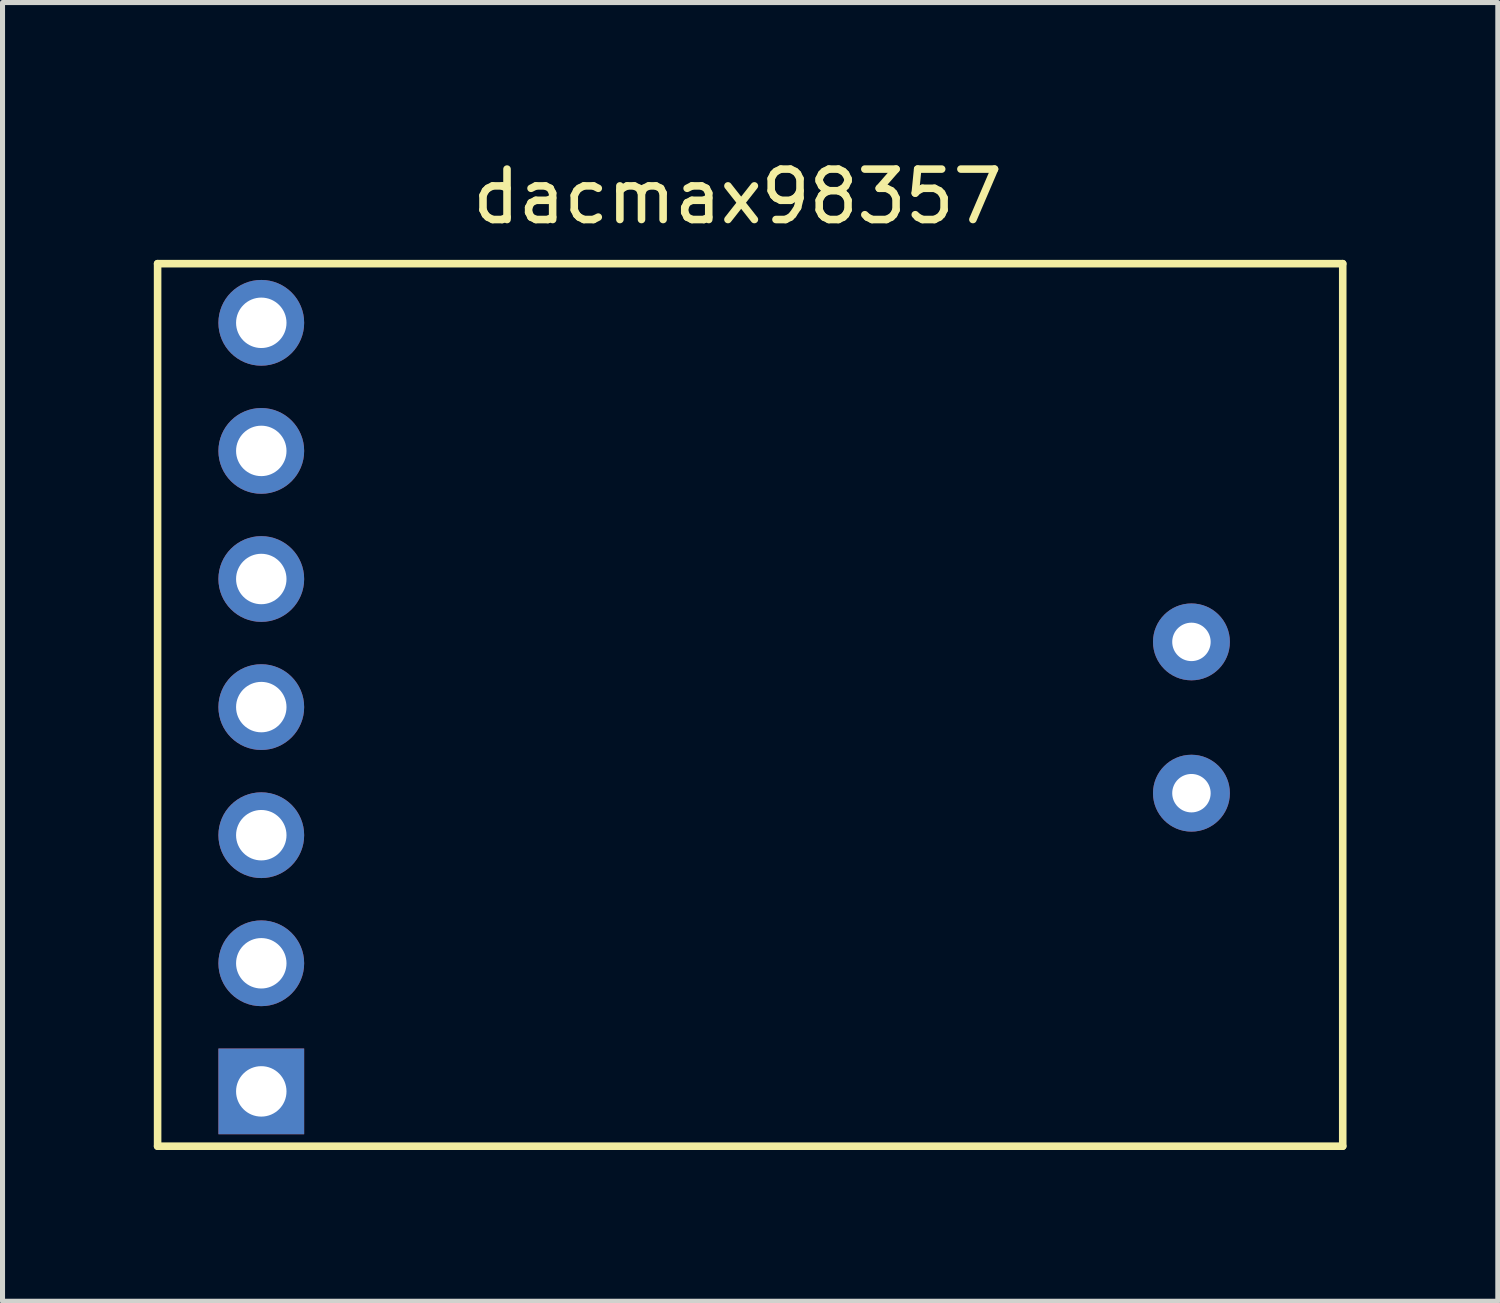
<source format=kicad_pcb>
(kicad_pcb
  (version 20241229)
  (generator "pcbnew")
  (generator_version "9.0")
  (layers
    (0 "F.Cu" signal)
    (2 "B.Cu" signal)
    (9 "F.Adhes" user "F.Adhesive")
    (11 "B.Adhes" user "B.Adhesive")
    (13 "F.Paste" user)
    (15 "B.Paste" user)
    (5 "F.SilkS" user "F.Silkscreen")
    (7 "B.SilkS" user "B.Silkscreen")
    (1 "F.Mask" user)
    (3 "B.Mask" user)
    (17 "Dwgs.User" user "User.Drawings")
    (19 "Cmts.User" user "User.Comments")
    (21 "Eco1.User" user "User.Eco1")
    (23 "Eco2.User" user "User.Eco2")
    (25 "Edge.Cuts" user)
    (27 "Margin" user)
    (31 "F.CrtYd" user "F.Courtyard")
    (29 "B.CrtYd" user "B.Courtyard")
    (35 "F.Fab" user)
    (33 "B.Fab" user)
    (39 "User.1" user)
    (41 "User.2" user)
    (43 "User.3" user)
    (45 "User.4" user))
  (footprint "dacmax98357"
    (layer "F.Cu")
    (at 11.575 11.178)
    (property "Reference" "dacmax98357" (at 0 -10.33 0) (layer "F.SilkS") (effects (font (size 1 1) (thickness 0.15))))
    (attr through_hole)
    (fp_line (start -11.5 -9) (end -11.5 8.5) (stroke (width 0.15) (type solid)) (layer "F.SilkS"))
    (fp_line (start -11.5 8.5) (end 12 8.5) (stroke (width 0.15) (type solid)) (layer "F.SilkS"))
    (fp_line (start 12 -9) (end -11.5 -9) (stroke (width 0.15) (type solid)) (layer "F.SilkS"))
    (fp_line (start 12 8.5) (end 12 -9) (stroke (width 0.15) (type solid)) (layer "F.SilkS"))
    (pad "1" thru_hole rect (at -9.444 7.413 180) (size 1.7 1.7) (drill 1) (layers "*.Cu" "*.Mask"))
    (pad "2" thru_hole oval (at -9.444 4.873 180) (size 1.7 1.7) (drill 1) (layers "*.Cu" "*.Mask"))
    (pad "3" thru_hole oval (at -9.444 2.333 180) (size 1.7 1.7) (drill 1) (layers "*.Cu" "*.Mask"))
    (pad "4" thru_hole oval (at -9.444 -0.207 180) (size 1.7 1.7) (drill 1) (layers "*.Cu" "*.Mask"))
    (pad "5" thru_hole oval (at -9.444 -2.747 180) (size 1.7 1.7) (drill 1) (layers "*.Cu" "*.Mask"))
    (pad "6" thru_hole oval (at -9.444 -5.287 180) (size 1.7 1.7) (drill 1) (layers "*.Cu" "*.Mask"))
    (pad "7" thru_hole oval (at -9.444 -7.827 180) (size 1.7 1.7) (drill 1) (layers "*.Cu" "*.Mask"))
    (pad "8" thru_hole circle (at 9 1.5) (size 1.524 1.524) (drill 0.762) (layers "*.Cu" "*.Mask"))
    (pad "9" thru_hole circle (at 9 -1.5) (size 1.524 1.524) (drill 0.762) (layers "*.Cu" "*.Mask")))
  (gr_rect
    (start -3 -3)
    (end 26.65 22.753)
    (stroke (width 0.1) (type default))
    (fill no)
    (layer "Edge.Cuts")))
</source>
